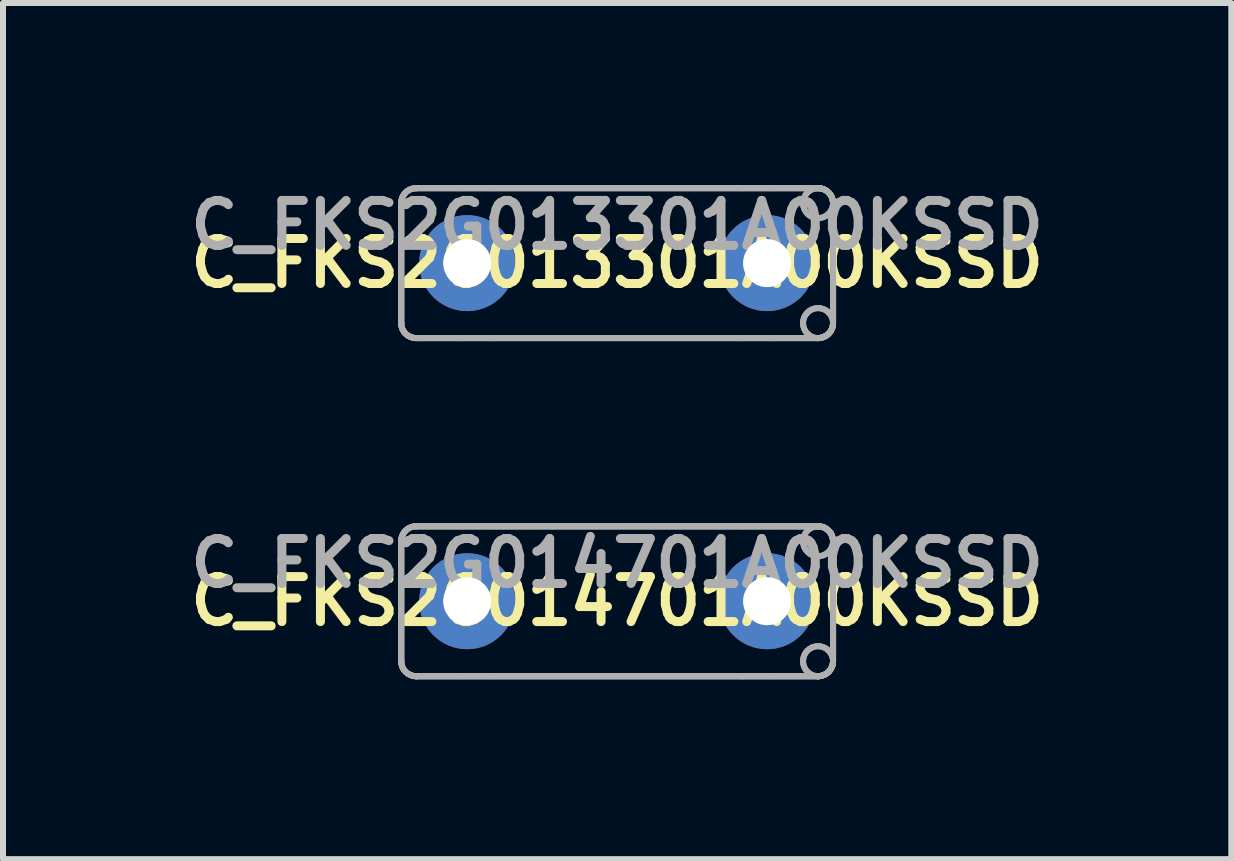
<source format=kicad_pcb>
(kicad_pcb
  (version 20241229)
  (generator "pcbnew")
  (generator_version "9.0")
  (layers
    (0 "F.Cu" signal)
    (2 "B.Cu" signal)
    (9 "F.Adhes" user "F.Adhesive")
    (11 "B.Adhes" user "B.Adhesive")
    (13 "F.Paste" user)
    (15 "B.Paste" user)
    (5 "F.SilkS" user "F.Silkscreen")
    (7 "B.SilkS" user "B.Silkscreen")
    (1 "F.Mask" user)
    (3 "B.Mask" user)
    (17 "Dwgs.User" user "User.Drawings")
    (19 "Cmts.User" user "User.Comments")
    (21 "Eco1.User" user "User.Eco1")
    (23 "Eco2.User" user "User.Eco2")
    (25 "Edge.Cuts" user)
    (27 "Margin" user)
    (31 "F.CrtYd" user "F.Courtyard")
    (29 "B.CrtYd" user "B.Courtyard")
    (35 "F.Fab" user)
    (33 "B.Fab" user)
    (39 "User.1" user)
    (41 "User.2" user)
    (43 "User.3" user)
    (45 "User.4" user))
  (footprint "C_FKS2G013301A00KSSD"
    (layer "F.Cu")
    (at 7.239 1.337)
    (property "Reference" "C_FKS2G013301A00KSSD" (at 0 0 0) (layer "F.SilkS") (effects (font (size 0.75 0.75) (thickness 0.15))))
    (attr through_hole)
    (fp_line (start -3.6 -1) (end -3.6 -1) (stroke (width 0.1) (type solid)) (layer "F.Fab"))
    (fp_line (start -3.6 -1) (end -3.6 -1) (stroke (width 0.1) (type solid)) (layer "F.Fab"))
    (fp_line (start -3.6 -1) (end -3.6 1) (stroke (width 0.1) (type solid)) (layer "F.Fab"))
    (fp_line (start -3.6 -1) (end -3.6 1) (stroke (width 0.1) (type solid)) (layer "F.Fab"))
    (fp_line (start -3.6 -1) (end -3.6 1) (stroke (width 0.1) (type solid)) (layer "F.Fab"))
    (fp_line (start -3.6 -1) (end -3.6 1) (stroke (width 0.1) (type solid)) (layer "F.Fab"))
    (fp_line (start -3.6 1) (end -3.6 1) (stroke (width 0.1) (type solid)) (layer "F.Fab"))
    (fp_line (start -3.6 1) (end -3.6 1) (stroke (width 0.1) (type solid)) (layer "F.Fab"))
    (fp_line (start -3.35 -1.25) (end -3.35 -1.25) (stroke (width 0.1) (type solid)) (layer "F.Fab"))
    (fp_line (start -3.35 -1.25) (end -3.35 -1.25) (stroke (width 0.1) (type solid)) (layer "F.Fab"))
    (fp_line (start -3.35 -1.25) (end 3.35 -1.25) (stroke (width 0.1) (type solid)) (layer "F.Fab"))
    (fp_line (start -3.35 -1.25) (end 3.35 -1.25) (stroke (width 0.1) (type solid)) (layer "F.Fab"))
    (fp_line (start -3.35 1.25) (end -3.35 1.25) (stroke (width 0.1) (type solid)) (layer "F.Fab"))
    (fp_line (start -3.35 1.25) (end -3.35 1.25) (stroke (width 0.1) (type solid)) (layer "F.Fab"))
    (fp_line (start -3.35 1.25) (end 3.35 1.25) (stroke (width 0.1) (type solid)) (layer "F.Fab"))
    (fp_line (start -3.35 1.25) (end 3.35 1.25) (stroke (width 0.1) (type solid)) (layer "F.Fab"))
    (fp_line (start -2.6 -1.25) (end -3.35 -1.25) (stroke (width 0.1) (type solid)) (layer "F.Fab"))
    (fp_line (start -2.6 -1.25) (end -3.35 -1.25) (stroke (width 0.1) (type solid)) (layer "F.Fab"))
    (fp_line (start -2.6 1.25) (end -3.35 1.25) (stroke (width 0.1) (type solid)) (layer "F.Fab"))
    (fp_line (start -2.6 1.25) (end -3.35 1.25) (stroke (width 0.1) (type solid)) (layer "F.Fab"))
    (fp_line (start -2.1 -1.25) (end -2.6 -1.25) (stroke (width 0.1) (type solid)) (layer "F.Fab"))
    (fp_line (start -2.1 -1.25) (end -2.6 -1.25) (stroke (width 0.1) (type solid)) (layer "F.Fab"))
    (fp_line (start -2.1 1.25) (end -2.6 1.25) (stroke (width 0.1) (type solid)) (layer "F.Fab"))
    (fp_line (start -2.1 1.25) (end -2.6 1.25) (stroke (width 0.1) (type solid)) (layer "F.Fab"))
    (fp_line (start 2.1 -1.25) (end -2.1 -1.25) (stroke (width 0.1) (type solid)) (layer "F.Fab"))
    (fp_line (start 2.1 -1.25) (end -2.1 -1.25) (stroke (width 0.1) (type solid)) (layer "F.Fab"))
    (fp_line (start 2.1 1.25) (end -2.1 1.25) (stroke (width 0.1) (type solid)) (layer "F.Fab"))
    (fp_line (start 2.1 1.25) (end -2.1 1.25) (stroke (width 0.1) (type solid)) (layer "F.Fab"))
    (fp_line (start 2.6 -1.25) (end 2.1 -1.25) (stroke (width 0.1) (type solid)) (layer "F.Fab"))
    (fp_line (start 2.6 -1.25) (end 2.1 -1.25) (stroke (width 0.1) (type solid)) (layer "F.Fab"))
    (fp_line (start 2.6 1.25) (end 2.1 1.25) (stroke (width 0.1) (type solid)) (layer "F.Fab"))
    (fp_line (start 2.6 1.25) (end 2.1 1.25) (stroke (width 0.1) (type solid)) (layer "F.Fab"))
    (fp_line (start 3.35 -1.25) (end 2.6 -1.25) (stroke (width 0.1) (type solid)) (layer "F.Fab"))
    (fp_line (start 3.35 -1.25) (end 2.6 -1.25) (stroke (width 0.1) (type solid)) (layer "F.Fab"))
    (fp_line (start 3.35 -1.25) (end 3.35 -1.25) (stroke (width 0.1) (type solid)) (layer "F.Fab"))
    (fp_line (start 3.35 -1.25) (end 3.35 -1.25) (stroke (width 0.1) (type solid)) (layer "F.Fab"))
    (fp_line (start 3.35 1.25) (end 2.6 1.25) (stroke (width 0.1) (type solid)) (layer "F.Fab"))
    (fp_line (start 3.35 1.25) (end 2.6 1.25) (stroke (width 0.1) (type solid)) (layer "F.Fab"))
    (fp_line (start 3.35 1.25) (end 3.35 1.25) (stroke (width 0.1) (type solid)) (layer "F.Fab"))
    (fp_line (start 3.35 1.25) (end 3.35 1.25) (stroke (width 0.1) (type solid)) (layer "F.Fab"))
    (fp_line (start 3.6 -1) (end 3.6 -1) (stroke (width 0.1) (type solid)) (layer "F.Fab"))
    (fp_line (start 3.6 -1) (end 3.6 -1) (stroke (width 0.1) (type solid)) (layer "F.Fab"))
    (fp_line (start 3.6 -1) (end 3.6 1) (stroke (width 0.1) (type solid)) (layer "F.Fab"))
    (fp_line (start 3.6 -1) (end 3.6 1) (stroke (width 0.1) (type solid)) (layer "F.Fab"))
    (fp_line (start 3.6 -1) (end 3.6 1) (stroke (width 0.1) (type solid)) (layer "F.Fab"))
    (fp_line (start 3.6 -1) (end 3.6 1) (stroke (width 0.1) (type solid)) (layer "F.Fab"))
    (fp_line (start 3.6 1) (end 3.6 1) (stroke (width 0.1) (type solid)) (layer "F.Fab"))
    (fp_line (start 3.6 1) (end 3.6 1) (stroke (width 0.1) (type solid)) (layer "F.Fab"))
    (fp_arc (start -3.6 -1) (mid -3.526777 -1.176777) (end -3.35 -1.25) (stroke (width 0.1) (type solid)) (layer "F.Fab"))
    (fp_arc (start -3.6 -1) (mid -3.526777 -1.176777) (end -3.35 -1.25) (stroke (width 0.1) (type solid)) (layer "F.Fab"))
    (fp_arc (start -3.6 -1) (mid -3.526777 -1.176777) (end -3.35 -1.25) (stroke (width 0.1) (type solid)) (layer "F.Fab"))
    (fp_arc (start -3.6 -1) (mid -3.526777 -1.176777) (end -3.35 -1.25) (stroke (width 0.1) (type solid)) (layer "F.Fab"))
    (fp_arc (start -3.35 1.25) (mid -3.526777 1.176777) (end -3.6 1) (stroke (width 0.1) (type solid)) (layer "F.Fab"))
    (fp_arc (start -3.35 1.25) (mid -3.526777 1.176777) (end -3.6 1) (stroke (width 0.1) (type solid)) (layer "F.Fab"))
    (fp_arc (start -3.35 1.25) (mid -3.526777 1.176777) (end -3.6 1) (stroke (width 0.1) (type solid)) (layer "F.Fab"))
    (fp_arc (start -3.35 1.25) (mid -3.526777 1.176777) (end -3.6 1) (stroke (width 0.1) (type solid)) (layer "F.Fab"))
    (fp_arc (start 3.35 -1.25) (mid 3.526777 -1.176777) (end 3.6 -1) (stroke (width 0.1) (type solid)) (layer "F.Fab"))
    (fp_arc (start 3.35 -1.25) (mid 3.526777 -1.176777) (end 3.6 -1) (stroke (width 0.1) (type solid)) (layer "F.Fab"))
    (fp_arc (start 3.35 -1.25) (mid 3.526777 -1.176777) (end 3.6 -1) (stroke (width 0.1) (type solid)) (layer "F.Fab"))
    (fp_arc (start 3.35 -1.25) (mid 3.526777 -1.176777) (end 3.6 -1) (stroke (width 0.1) (type solid)) (layer "F.Fab"))
    (fp_arc (start 3.6 -1) (mid 3.1 -1) (end 3.6 -1) (stroke (width 0.1) (type solid)) (layer "F.Fab"))
    (fp_arc (start 3.6 -1) (mid 3.1 -1) (end 3.6 -1) (stroke (width 0.1) (type solid)) (layer "F.Fab"))
    (fp_arc (start 3.6 1) (mid 3.526777 1.176777) (end 3.35 1.25) (stroke (width 0.1) (type solid)) (layer "F.Fab"))
    (fp_arc (start 3.6 1) (mid 3.526777 1.176777) (end 3.35 1.25) (stroke (width 0.1) (type solid)) (layer "F.Fab"))
    (fp_arc (start 3.6 1) (mid 3.526777 1.176777) (end 3.35 1.25) (stroke (width 0.1) (type solid)) (layer "F.Fab"))
    (fp_arc (start 3.6 1) (mid 3.526777 1.176777) (end 3.35 1.25) (stroke (width 0.1) (type solid)) (layer "F.Fab"))
    (fp_arc (start 3.6 1) (mid 3.1 1) (end 3.6 1) (stroke (width 0.1) (type solid)) (layer "F.Fab"))
    (fp_arc (start 3.6 1) (mid 3.1 1) (end 3.6 1) (stroke (width 0.1) (type solid)) (layer "F.Fab"))
    (fp_text user "${REFERENCE}" (at 0 -0.635 0) (layer "F.Fab") (effects (font (size 0.75 0.75) (thickness 0.15))))
    (pad "" connect circle (at -2.5 0) (size 0.8 0.8) (layers "F.Mask"))
    (pad "" connect circle (at 2.5 0) (size 0.8 0.8) (layers "F.Mask"))
    (pad "1" thru_hole circle (at -2.5 0) (size 1.6 1.6) (drill 0.8) (layers "B.Cu" "B.Mask"))
    (pad "2" thru_hole circle (at 2.5 0) (size 1.6 1.6) (drill 0.8) (layers "B.Cu" "B.Mask")))
  (footprint "C_FKS2G014701A00KSSD"
    (layer "F.Cu")
    (at 7.239 6.974)
    (property "Reference" "C_FKS2G014701A00KSSD" (at 0 0 0) (layer "F.SilkS") (effects (font (size 0.75 0.75) (thickness 0.15))))
    (attr through_hole)
    (fp_line (start -3.6 -1) (end -3.6 -1) (stroke (width 0.1) (type solid)) (layer "F.Fab"))
    (fp_line (start -3.6 -1) (end -3.6 -1) (stroke (width 0.1) (type solid)) (layer "F.Fab"))
    (fp_line (start -3.6 -1) (end -3.6 1) (stroke (width 0.1) (type solid)) (layer "F.Fab"))
    (fp_line (start -3.6 -1) (end -3.6 1) (stroke (width 0.1) (type solid)) (layer "F.Fab"))
    (fp_line (start -3.6 -1) (end -3.6 1) (stroke (width 0.1) (type solid)) (layer "F.Fab"))
    (fp_line (start -3.6 -1) (end -3.6 1) (stroke (width 0.1) (type solid)) (layer "F.Fab"))
    (fp_line (start -3.6 1) (end -3.6 1) (stroke (width 0.1) (type solid)) (layer "F.Fab"))
    (fp_line (start -3.6 1) (end -3.6 1) (stroke (width 0.1) (type solid)) (layer "F.Fab"))
    (fp_line (start -3.35 -1.25) (end -3.35 -1.25) (stroke (width 0.1) (type solid)) (layer "F.Fab"))
    (fp_line (start -3.35 -1.25) (end -3.35 -1.25) (stroke (width 0.1) (type solid)) (layer "F.Fab"))
    (fp_line (start -3.35 -1.25) (end 3.35 -1.25) (stroke (width 0.1) (type solid)) (layer "F.Fab"))
    (fp_line (start -3.35 -1.25) (end 3.35 -1.25) (stroke (width 0.1) (type solid)) (layer "F.Fab"))
    (fp_line (start -3.35 1.25) (end -3.35 1.25) (stroke (width 0.1) (type solid)) (layer "F.Fab"))
    (fp_line (start -3.35 1.25) (end -3.35 1.25) (stroke (width 0.1) (type solid)) (layer "F.Fab"))
    (fp_line (start -3.35 1.25) (end 3.35 1.25) (stroke (width 0.1) (type solid)) (layer "F.Fab"))
    (fp_line (start -3.35 1.25) (end 3.35 1.25) (stroke (width 0.1) (type solid)) (layer "F.Fab"))
    (fp_line (start -2.6 -1.25) (end -3.35 -1.25) (stroke (width 0.1) (type solid)) (layer "F.Fab"))
    (fp_line (start -2.6 -1.25) (end -3.35 -1.25) (stroke (width 0.1) (type solid)) (layer "F.Fab"))
    (fp_line (start -2.6 1.25) (end -3.35 1.25) (stroke (width 0.1) (type solid)) (layer "F.Fab"))
    (fp_line (start -2.6 1.25) (end -3.35 1.25) (stroke (width 0.1) (type solid)) (layer "F.Fab"))
    (fp_line (start -2.1 -1.25) (end -2.6 -1.25) (stroke (width 0.1) (type solid)) (layer "F.Fab"))
    (fp_line (start -2.1 -1.25) (end -2.6 -1.25) (stroke (width 0.1) (type solid)) (layer "F.Fab"))
    (fp_line (start -2.1 1.25) (end -2.6 1.25) (stroke (width 0.1) (type solid)) (layer "F.Fab"))
    (fp_line (start -2.1 1.25) (end -2.6 1.25) (stroke (width 0.1) (type solid)) (layer "F.Fab"))
    (fp_line (start 2.1 -1.25) (end -2.1 -1.25) (stroke (width 0.1) (type solid)) (layer "F.Fab"))
    (fp_line (start 2.1 -1.25) (end -2.1 -1.25) (stroke (width 0.1) (type solid)) (layer "F.Fab"))
    (fp_line (start 2.1 1.25) (end -2.1 1.25) (stroke (width 0.1) (type solid)) (layer "F.Fab"))
    (fp_line (start 2.1 1.25) (end -2.1 1.25) (stroke (width 0.1) (type solid)) (layer "F.Fab"))
    (fp_line (start 2.6 -1.25) (end 2.1 -1.25) (stroke (width 0.1) (type solid)) (layer "F.Fab"))
    (fp_line (start 2.6 -1.25) (end 2.1 -1.25) (stroke (width 0.1) (type solid)) (layer "F.Fab"))
    (fp_line (start 2.6 1.25) (end 2.1 1.25) (stroke (width 0.1) (type solid)) (layer "F.Fab"))
    (fp_line (start 2.6 1.25) (end 2.1 1.25) (stroke (width 0.1) (type solid)) (layer "F.Fab"))
    (fp_line (start 3.35 -1.25) (end 2.6 -1.25) (stroke (width 0.1) (type solid)) (layer "F.Fab"))
    (fp_line (start 3.35 -1.25) (end 2.6 -1.25) (stroke (width 0.1) (type solid)) (layer "F.Fab"))
    (fp_line (start 3.35 -1.25) (end 3.35 -1.25) (stroke (width 0.1) (type solid)) (layer "F.Fab"))
    (fp_line (start 3.35 -1.25) (end 3.35 -1.25) (stroke (width 0.1) (type solid)) (layer "F.Fab"))
    (fp_line (start 3.35 1.25) (end 2.6 1.25) (stroke (width 0.1) (type solid)) (layer "F.Fab"))
    (fp_line (start 3.35 1.25) (end 2.6 1.25) (stroke (width 0.1) (type solid)) (layer "F.Fab"))
    (fp_line (start 3.35 1.25) (end 3.35 1.25) (stroke (width 0.1) (type solid)) (layer "F.Fab"))
    (fp_line (start 3.35 1.25) (end 3.35 1.25) (stroke (width 0.1) (type solid)) (layer "F.Fab"))
    (fp_line (start 3.6 -1) (end 3.6 -1) (stroke (width 0.1) (type solid)) (layer "F.Fab"))
    (fp_line (start 3.6 -1) (end 3.6 -1) (stroke (width 0.1) (type solid)) (layer "F.Fab"))
    (fp_line (start 3.6 -1) (end 3.6 1) (stroke (width 0.1) (type solid)) (layer "F.Fab"))
    (fp_line (start 3.6 -1) (end 3.6 1) (stroke (width 0.1) (type solid)) (layer "F.Fab"))
    (fp_line (start 3.6 -1) (end 3.6 1) (stroke (width 0.1) (type solid)) (layer "F.Fab"))
    (fp_line (start 3.6 -1) (end 3.6 1) (stroke (width 0.1) (type solid)) (layer "F.Fab"))
    (fp_line (start 3.6 1) (end 3.6 1) (stroke (width 0.1) (type solid)) (layer "F.Fab"))
    (fp_line (start 3.6 1) (end 3.6 1) (stroke (width 0.1) (type solid)) (layer "F.Fab"))
    (fp_arc (start -3.6 -1) (mid -3.526777 -1.176777) (end -3.35 -1.25) (stroke (width 0.1) (type solid)) (layer "F.Fab"))
    (fp_arc (start -3.6 -1) (mid -3.526777 -1.176777) (end -3.35 -1.25) (stroke (width 0.1) (type solid)) (layer "F.Fab"))
    (fp_arc (start -3.6 -1) (mid -3.526777 -1.176777) (end -3.35 -1.25) (stroke (width 0.1) (type solid)) (layer "F.Fab"))
    (fp_arc (start -3.6 -1) (mid -3.526777 -1.176777) (end -3.35 -1.25) (stroke (width 0.1) (type solid)) (layer "F.Fab"))
    (fp_arc (start -3.35 1.25) (mid -3.526777 1.176777) (end -3.6 1) (stroke (width 0.1) (type solid)) (layer "F.Fab"))
    (fp_arc (start -3.35 1.25) (mid -3.526777 1.176777) (end -3.6 1) (stroke (width 0.1) (type solid)) (layer "F.Fab"))
    (fp_arc (start -3.35 1.25) (mid -3.526777 1.176777) (end -3.6 1) (stroke (width 0.1) (type solid)) (layer "F.Fab"))
    (fp_arc (start -3.35 1.25) (mid -3.526777 1.176777) (end -3.6 1) (stroke (width 0.1) (type solid)) (layer "F.Fab"))
    (fp_arc (start 3.35 -1.25) (mid 3.526777 -1.176777) (end 3.6 -1) (stroke (width 0.1) (type solid)) (layer "F.Fab"))
    (fp_arc (start 3.35 -1.25) (mid 3.526777 -1.176777) (end 3.6 -1) (stroke (width 0.1) (type solid)) (layer "F.Fab"))
    (fp_arc (start 3.35 -1.25) (mid 3.526777 -1.176777) (end 3.6 -1) (stroke (width 0.1) (type solid)) (layer "F.Fab"))
    (fp_arc (start 3.35 -1.25) (mid 3.526777 -1.176777) (end 3.6 -1) (stroke (width 0.1) (type solid)) (layer "F.Fab"))
    (fp_arc (start 3.6 -1) (mid 3.1 -1) (end 3.6 -1) (stroke (width 0.1) (type solid)) (layer "F.Fab"))
    (fp_arc (start 3.6 -1) (mid 3.1 -1) (end 3.6 -1) (stroke (width 0.1) (type solid)) (layer "F.Fab"))
    (fp_arc (start 3.6 1) (mid 3.526777 1.176777) (end 3.35 1.25) (stroke (width 0.1) (type solid)) (layer "F.Fab"))
    (fp_arc (start 3.6 1) (mid 3.526777 1.176777) (end 3.35 1.25) (stroke (width 0.1) (type solid)) (layer "F.Fab"))
    (fp_arc (start 3.6 1) (mid 3.526777 1.176777) (end 3.35 1.25) (stroke (width 0.1) (type solid)) (layer "F.Fab"))
    (fp_arc (start 3.6 1) (mid 3.526777 1.176777) (end 3.35 1.25) (stroke (width 0.1) (type solid)) (layer "F.Fab"))
    (fp_arc (start 3.6 1) (mid 3.1 1) (end 3.6 1) (stroke (width 0.1) (type solid)) (layer "F.Fab"))
    (fp_arc (start 3.6 1) (mid 3.1 1) (end 3.6 1) (stroke (width 0.1) (type solid)) (layer "F.Fab"))
    (fp_text user "${REFERENCE}" (at 0 -0.635 0) (layer "F.Fab") (effects (font (size 0.75 0.75) (thickness 0.15))))
    (pad "" connect circle (at -2.5 0) (size 0.8 0.8) (layers "F.Mask"))
    (pad "" connect circle (at 2.5 0) (size 0.8 0.8) (layers "F.Mask"))
    (pad "1" thru_hole circle (at -2.5 0) (size 1.6 1.6) (drill 0.8) (layers "B.Cu" "B.Mask"))
    (pad "2" thru_hole circle (at 2.5 0) (size 1.6 1.6) (drill 0.8) (layers "B.Cu" "B.Mask")))
  (gr_rect
    (start -3 -3)
    (end 17.479 11.274)
    (stroke (width 0.1) (type default))
    (fill no)
    (layer "Edge.Cuts")))
</source>
